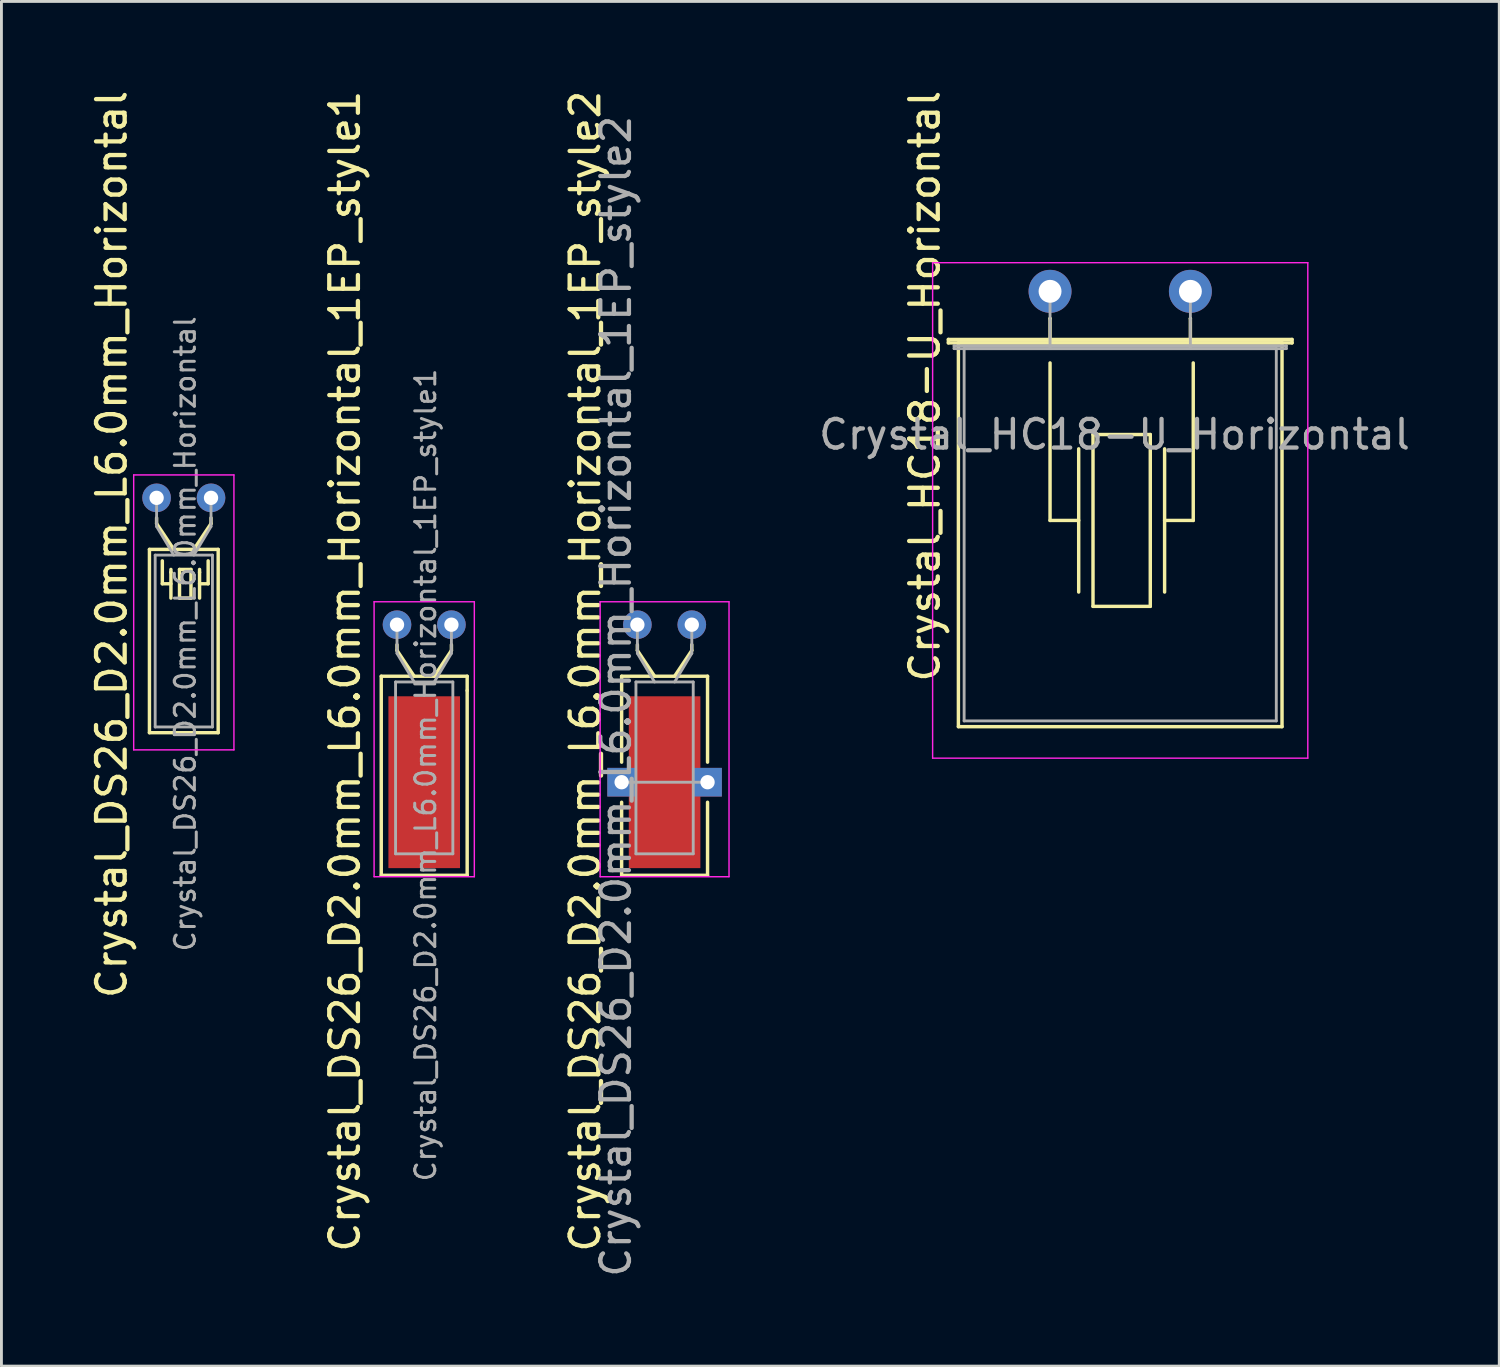
<source format=kicad_pcb>
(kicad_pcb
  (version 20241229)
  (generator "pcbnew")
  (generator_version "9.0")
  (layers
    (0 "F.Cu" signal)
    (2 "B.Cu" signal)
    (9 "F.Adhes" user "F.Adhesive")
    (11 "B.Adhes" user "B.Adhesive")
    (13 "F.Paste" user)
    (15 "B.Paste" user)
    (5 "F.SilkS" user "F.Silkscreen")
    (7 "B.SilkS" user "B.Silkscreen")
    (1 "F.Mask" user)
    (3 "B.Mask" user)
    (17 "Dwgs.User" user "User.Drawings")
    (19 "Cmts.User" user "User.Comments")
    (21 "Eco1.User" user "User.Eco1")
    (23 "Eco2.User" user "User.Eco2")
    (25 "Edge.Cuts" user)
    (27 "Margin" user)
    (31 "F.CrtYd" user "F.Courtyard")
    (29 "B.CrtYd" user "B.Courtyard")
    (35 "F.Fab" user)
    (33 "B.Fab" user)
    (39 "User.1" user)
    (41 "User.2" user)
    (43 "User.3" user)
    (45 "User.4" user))
  (footprint "Crystal_HC18-U_Horizontal"
    (layer "F.Cu")
    (at 33.614 7.122)
    (property "Reference" "Crystal_HC18-U_Horizontal" (at -4.375 3.312 90) (layer "F.SilkS") (effects (font (size 1 1) (thickness 0.15))))
    (attr through_hole)
    (fp_line (start -3.55 1.68) (end 8.45 1.68) (stroke (width 0.12) (type solid)) (layer "F.SilkS"))
    (fp_line (start -3.55 1.8) (end -3.55 1.68) (stroke (width 0.12) (type solid)) (layer "F.SilkS"))
    (fp_line (start -3.2 1.8) (end -3.2 15.2) (stroke (width 0.12) (type solid)) (layer "F.SilkS"))
    (fp_line (start -3.2 15.2) (end 8.1 15.2) (stroke (width 0.12) (type solid)) (layer "F.SilkS"))
    (fp_line (start 0 0.95) (end 0 0.95) (stroke (width 0.12) (type solid)) (layer "F.SilkS"))
    (fp_line (start 0 1.8) (end 0 0.95) (stroke (width 0.12) (type solid)) (layer "F.SilkS"))
    (fp_line (start 0 8) (end 0 2.5) (stroke (width 0.12) (type solid)) (layer "F.SilkS"))
    (fp_line (start 1 5.5) (end 1 10.5) (stroke (width 0.12) (type solid)) (layer "F.SilkS"))
    (fp_line (start 1 8) (end 0 8) (stroke (width 0.12) (type solid)) (layer "F.SilkS"))
    (fp_line (start 1.5 5) (end 1.5 11) (stroke (width 0.12) (type solid)) (layer "F.SilkS"))
    (fp_line (start 1.5 11) (end 3.5 11) (stroke (width 0.12) (type solid)) (layer "F.SilkS"))
    (fp_line (start 3.5 5) (end 1.5 5) (stroke (width 0.12) (type solid)) (layer "F.SilkS"))
    (fp_line (start 3.5 11) (end 3.5 5) (stroke (width 0.12) (type solid)) (layer "F.SilkS"))
    (fp_line (start 4 5.5) (end 4 10.5) (stroke (width 0.12) (type solid)) (layer "F.SilkS"))
    (fp_line (start 4 8) (end 5 8) (stroke (width 0.12) (type solid)) (layer "F.SilkS"))
    (fp_line (start 4.9 0.95) (end 4.9 0.95) (stroke (width 0.12) (type solid)) (layer "F.SilkS"))
    (fp_line (start 4.9 1.8) (end 4.9 0.95) (stroke (width 0.12) (type solid)) (layer "F.SilkS"))
    (fp_line (start 5 8) (end 5 2.5) (stroke (width 0.12) (type solid)) (layer "F.SilkS"))
    (fp_line (start 8.1 1.8) (end -3.2 1.8) (stroke (width 0.12) (type solid)) (layer "F.SilkS"))
    (fp_line (start 8.1 15.2) (end 8.1 1.8) (stroke (width 0.12) (type solid)) (layer "F.SilkS"))
    (fp_line (start 8.45 1.68) (end 8.45 1.8) (stroke (width 0.12) (type solid)) (layer "F.SilkS"))
    (fp_line (start 8.45 1.8) (end -3.55 1.8) (stroke (width 0.12) (type solid)) (layer "F.SilkS"))
    (fp_line (start -4.1 -1) (end -4.1 16.3) (stroke (width 0.05) (type solid)) (layer "F.CrtYd"))
    (fp_line (start -4.1 16.3) (end 9 16.3) (stroke (width 0.05) (type solid)) (layer "F.CrtYd"))
    (fp_line (start 9 -1) (end -4.1 -1) (stroke (width 0.05) (type solid)) (layer "F.CrtYd"))
    (fp_line (start 9 16.3) (end 9 -1) (stroke (width 0.05) (type solid)) (layer "F.CrtYd"))
    (fp_line (start -3.35 1.9) (end 8.25 1.9) (stroke (width 0.1) (type solid)) (layer "F.Fab"))
    (fp_line (start -3.35 2) (end -3.35 1.9) (stroke (width 0.1) (type solid)) (layer "F.Fab"))
    (fp_line (start -3 2) (end -3 15) (stroke (width 0.1) (type solid)) (layer "F.Fab"))
    (fp_line (start -3 15) (end 7.9 15) (stroke (width 0.1) (type solid)) (layer "F.Fab"))
    (fp_line (start 0 1) (end 0 0) (stroke (width 0.1) (type solid)) (layer "F.Fab"))
    (fp_line (start 0 2) (end 0 1) (stroke (width 0.1) (type solid)) (layer "F.Fab"))
    (fp_line (start 4.9 1) (end 4.9 0) (stroke (width 0.1) (type solid)) (layer "F.Fab"))
    (fp_line (start 4.9 2) (end 4.9 1) (stroke (width 0.1) (type solid)) (layer "F.Fab"))
    (fp_line (start 7.9 2) (end -3 2) (stroke (width 0.1) (type solid)) (layer "F.Fab"))
    (fp_line (start 7.9 15) (end 7.9 2) (stroke (width 0.1) (type solid)) (layer "F.Fab"))
    (fp_line (start 8.25 1.9) (end 8.25 2) (stroke (width 0.1) (type solid)) (layer "F.Fab"))
    (fp_line (start 8.25 2) (end -3.35 2) (stroke (width 0.1) (type solid)) (layer "F.Fab"))
    (fp_text user "${REFERENCE}" (at 2.25 5 0) (layer "F.Fab") (effects (font (size 1 1) (thickness 0.15))))
    (pad "1" thru_hole circle (at 0 0) (size 1.5 1.5) (drill 0.8) (layers "*.Cu" "*.Mask"))
    (pad "2" thru_hole circle (at 4.9 0) (size 1.5 1.5) (drill 0.8) (layers "*.Cu" "*.Mask")))
  (footprint "Crystal_DS26_D2.0mm_L6.0mm_Horizontal_1EP_style2"
    (layer "F.Cu")
    (at 19.205 18.762)
    (property "Reference" "Crystal_DS26_D2.0mm_L6.0mm_Horizontal_1EP_style2" (at -1.82 1.625 90) (layer "F.SilkS") (effects (font (size 1 1) (thickness 0.15))))
    (attr through_hole)
    (fp_line (start -0.55 1.8) (end 2.45 1.8) (stroke (width 0.12) (type solid)) (layer "F.SilkS"))
    (fp_line (start -0.55 4.8) (end -0.55 1.8) (stroke (width 0.12) (type solid)) (layer "F.SilkS"))
    (fp_line (start -0.55 6.2) (end -0.55 8.75) (stroke (width 0.12) (type solid)) (layer "F.SilkS"))
    (fp_line (start -0.55 8.75) (end 2.45 8.75) (stroke (width 0.12) (type solid)) (layer "F.SilkS"))
    (fp_line (start 0 0.9) (end 0 0.7) (stroke (width 0.12) (type solid)) (layer "F.SilkS"))
    (fp_line (start 0.6 1.8) (end 0 0.9) (stroke (width 0.12) (type solid)) (layer "F.SilkS"))
    (fp_line (start 1.3 1.8) (end 1.9 0.9) (stroke (width 0.12) (type solid)) (layer "F.SilkS"))
    (fp_line (start 1.9 0.9) (end 1.9 0.7) (stroke (width 0.12) (type solid)) (layer "F.SilkS"))
    (fp_line (start 2.45 1.8) (end 2.45 4.8) (stroke (width 0.12) (type solid)) (layer "F.SilkS"))
    (fp_line (start 2.45 8.75) (end 2.45 6.2) (stroke (width 0.12) (type solid)) (layer "F.SilkS"))
    (fp_line (start -1.3 -0.8) (end -1.3 8.8) (stroke (width 0.05) (type solid)) (layer "F.CrtYd"))
    (fp_line (start -1.3 8.8) (end 3.2 8.8) (stroke (width 0.05) (type solid)) (layer "F.CrtYd"))
    (fp_line (start 3.2 -0.8) (end -1.3 -0.8) (stroke (width 0.05) (type solid)) (layer "F.CrtYd"))
    (fp_line (start 3.2 8.8) (end 3.2 -0.8) (stroke (width 0.05) (type solid)) (layer "F.CrtYd"))
    (fp_line (start -0.55 5.5) (end 2.45 5.5) (stroke (width 0.1) (type solid)) (layer "F.Fab"))
    (fp_line (start -0.05 2) (end -0.05 8) (stroke (width 0.1) (type solid)) (layer "F.Fab"))
    (fp_line (start -0.05 8) (end 1.95 8) (stroke (width 0.1) (type solid)) (layer "F.Fab"))
    (fp_line (start 0 1) (end 0 0) (stroke (width 0.1) (type solid)) (layer "F.Fab"))
    (fp_line (start 0.6 2) (end 0 1) (stroke (width 0.1) (type solid)) (layer "F.Fab"))
    (fp_line (start 1.3 2) (end 1.9 1) (stroke (width 0.1) (type solid)) (layer "F.Fab"))
    (fp_line (start 1.9 1) (end 1.9 0) (stroke (width 0.1) (type solid)) (layer "F.Fab"))
    (fp_line (start 1.95 2) (end -0.05 2) (stroke (width 0.1) (type solid)) (layer "F.Fab"))
    (fp_line (start 1.95 8) (end 1.95 2) (stroke (width 0.1) (type solid)) (layer "F.Fab"))
    (fp_text user "${REFERENCE}" (at -0.75 2.5 90) (layer "F.Fab") (effects (font (size 1 1) (thickness 0.15))))
    (pad "1" thru_hole circle (at 0 0) (size 1 1) (drill 0.5) (layers "*.Cu" "*.Mask"))
    (pad "2" thru_hole circle (at 1.9 0) (size 1 1) (drill 0.5) (layers "*.Cu" "*.Mask"))
    (pad "3" thru_hole rect (at -0.55 5.5) (size 1 1) (drill 0.5) (layers "*.Cu" "*.Mask"))
    (pad "3" smd rect (at 0.95 5.5) (size 2.5 6) (layers "F.Cu" "F.Mask" "F.Paste"))
    (pad "3" thru_hole rect (at 2.45 5.5) (size 1 1) (drill 0.5) (layers "*.Cu" "*.Mask")))
  (footprint "Crystal_DS26_D2.0mm_L6.0mm_Horizontal"
    (layer "F.Cu")
    (at 2.418 14.333)
    (property "Reference" "Crystal_DS26_D2.0mm_L6.0mm_Horizontal" (at -1.57 1.625 90) (layer "F.SilkS") (effects (font (size 1 1) (thickness 0.15))))
    (attr through_hole)
    (fp_line (start -0.25 1.8) (end -0.25 8.2) (stroke (width 0.12) (type solid)) (layer "F.SilkS"))
    (fp_line (start -0.25 8.2) (end 2.15 8.2) (stroke (width 0.12) (type solid)) (layer "F.SilkS"))
    (fp_line (start 0 0.9) (end 0 0.7) (stroke (width 0.12) (type solid)) (layer "F.SilkS"))
    (fp_line (start 0.2 3) (end 0.2 2.2) (stroke (width 0.12) (type solid)) (layer "F.SilkS"))
    (fp_line (start 0.5 2.6) (end 0.5 2.5) (stroke (width 0.12) (type solid)) (layer "F.SilkS"))
    (fp_line (start 0.5 3) (end 0.2 3) (stroke (width 0.12) (type solid)) (layer "F.SilkS"))
    (fp_line (start 0.5 3.5) (end 0.5 2.6) (stroke (width 0.12) (type solid)) (layer "F.SilkS"))
    (fp_line (start 0.6 1.8) (end 0 0.9) (stroke (width 0.12) (type solid)) (layer "F.SilkS"))
    (fp_line (start 0.8 2.5) (end 0.8 3.5) (stroke (width 0.12) (type solid)) (layer "F.SilkS"))
    (fp_line (start 0.8 3.5) (end 1.2 3.5) (stroke (width 0.12) (type solid)) (layer "F.SilkS"))
    (fp_line (start 1.2 2.5) (end 0.8 2.5) (stroke (width 0.12) (type solid)) (layer "F.SilkS"))
    (fp_line (start 1.2 3.5) (end 1.2 2.5) (stroke (width 0.12) (type solid)) (layer "F.SilkS"))
    (fp_line (start 1.3 1.8) (end 1.9 0.9) (stroke (width 0.12) (type solid)) (layer "F.SilkS"))
    (fp_line (start 1.5 2.6) (end 1.5 2.5) (stroke (width 0.12) (type solid)) (layer "F.SilkS"))
    (fp_line (start 1.5 3) (end 1.8 3) (stroke (width 0.12) (type solid)) (layer "F.SilkS"))
    (fp_line (start 1.5 3.5) (end 1.5 2.6) (stroke (width 0.12) (type solid)) (layer "F.SilkS"))
    (fp_line (start 1.8 3) (end 1.8 2.2) (stroke (width 0.12) (type solid)) (layer "F.SilkS"))
    (fp_line (start 1.9 0.9) (end 1.9 0.7) (stroke (width 0.12) (type solid)) (layer "F.SilkS"))
    (fp_line (start 2.15 1.8) (end -0.25 1.8) (stroke (width 0.12) (type solid)) (layer "F.SilkS"))
    (fp_line (start 2.15 8.2) (end 2.15 1.8) (stroke (width 0.12) (type solid)) (layer "F.SilkS"))
    (fp_line (start -0.8 -0.8) (end -0.8 8.8) (stroke (width 0.05) (type solid)) (layer "F.CrtYd"))
    (fp_line (start -0.8 8.8) (end 2.7 8.8) (stroke (width 0.05) (type solid)) (layer "F.CrtYd"))
    (fp_line (start 2.7 -0.8) (end -0.8 -0.8) (stroke (width 0.05) (type solid)) (layer "F.CrtYd"))
    (fp_line (start 2.7 8.8) (end 2.7 -0.8) (stroke (width 0.05) (type solid)) (layer "F.CrtYd"))
    (fp_line (start -0.05 2) (end -0.05 8) (stroke (width 0.1) (type solid)) (layer "F.Fab"))
    (fp_line (start -0.05 8) (end 1.95 8) (stroke (width 0.1) (type solid)) (layer "F.Fab"))
    (fp_line (start 0 1) (end 0 0) (stroke (width 0.1) (type solid)) (layer "F.Fab"))
    (fp_line (start 0.6 2) (end 0 1) (stroke (width 0.1) (type solid)) (layer "F.Fab"))
    (fp_line (start 1.3 2) (end 1.9 1) (stroke (width 0.1) (type solid)) (layer "F.Fab"))
    (fp_line (start 1.9 1) (end 1.9 0) (stroke (width 0.1) (type solid)) (layer "F.Fab"))
    (fp_line (start 1.95 2) (end -0.05 2) (stroke (width 0.1) (type solid)) (layer "F.Fab"))
    (fp_line (start 1.95 8) (end 1.95 2) (stroke (width 0.1) (type solid)) (layer "F.Fab"))
    (fp_text user "${REFERENCE}" (at 1 4.75 90) (layer "F.Fab") (effects (font (size 0.7 0.7) (thickness 0.105))))
    (pad "1" thru_hole circle (at 0 0) (size 1 1) (drill 0.5) (layers "*.Cu" "*.Mask"))
    (pad "2" thru_hole circle (at 1.9 0) (size 1 1) (drill 0.5) (layers "*.Cu" "*.Mask")))
  (footprint "Crystal_DS26_D2.0mm_L6.0mm_Horizontal_1EP_style1"
    (layer "F.Cu")
    (at 10.812 18.762)
    (property "Reference" "Crystal_DS26_D2.0mm_L6.0mm_Horizontal_1EP_style1" (at -1.82 1.625 90) (layer "F.SilkS") (effects (font (size 1 1) (thickness 0.15))))
    (attr through_hole)
    (fp_line (start -0.55 1.8) (end 2.45 1.8) (stroke (width 0.12) (type solid)) (layer "F.SilkS"))
    (fp_line (start -0.55 8.75) (end -0.55 1.8) (stroke (width 0.12) (type solid)) (layer "F.SilkS"))
    (fp_line (start -0.55 8.75) (end 2.45 8.75) (stroke (width 0.12) (type solid)) (layer "F.SilkS"))
    (fp_line (start 0 0.9) (end 0 0.7) (stroke (width 0.12) (type solid)) (layer "F.SilkS"))
    (fp_line (start 0.6 1.8) (end 0 0.9) (stroke (width 0.12) (type solid)) (layer "F.SilkS"))
    (fp_line (start 1.3 1.8) (end 1.9 0.9) (stroke (width 0.12) (type solid)) (layer "F.SilkS"))
    (fp_line (start 1.9 0.9) (end 1.9 0.7) (stroke (width 0.12) (type solid)) (layer "F.SilkS"))
    (fp_line (start 2.45 1.8) (end 2.45 2.3) (stroke (width 0.12) (type solid)) (layer "F.SilkS"))
    (fp_line (start 2.45 8.75) (end 2.45 2.3) (stroke (width 0.12) (type solid)) (layer "F.SilkS"))
    (fp_line (start -0.8 -0.8) (end -0.8 8.8) (stroke (width 0.05) (type solid)) (layer "F.CrtYd"))
    (fp_line (start -0.8 8.8) (end 2.7 8.8) (stroke (width 0.05) (type solid)) (layer "F.CrtYd"))
    (fp_line (start 2.7 -0.8) (end -0.8 -0.8) (stroke (width 0.05) (type solid)) (layer "F.CrtYd"))
    (fp_line (start 2.7 8.8) (end 2.7 -0.8) (stroke (width 0.05) (type solid)) (layer "F.CrtYd"))
    (fp_line (start -0.05 2) (end -0.05 8) (stroke (width 0.1) (type solid)) (layer "F.Fab"))
    (fp_line (start -0.05 8) (end 1.95 8) (stroke (width 0.1) (type solid)) (layer "F.Fab"))
    (fp_line (start 0 1) (end 0 0) (stroke (width 0.1) (type solid)) (layer "F.Fab"))
    (fp_line (start 0.6 2) (end 0 1) (stroke (width 0.1) (type solid)) (layer "F.Fab"))
    (fp_line (start 1.3 2) (end 1.9 1) (stroke (width 0.1) (type solid)) (layer "F.Fab"))
    (fp_line (start 1.9 1) (end 1.9 0) (stroke (width 0.1) (type solid)) (layer "F.Fab"))
    (fp_line (start 1.95 2) (end -0.05 2) (stroke (width 0.1) (type solid)) (layer "F.Fab"))
    (fp_line (start 1.95 8) (end 1.95 2) (stroke (width 0.1) (type solid)) (layer "F.Fab"))
    (fp_text user "${REFERENCE}" (at 1 5.25 90) (layer "F.Fab") (effects (font (size 0.7 0.7) (thickness 0.105))))
    (pad "1" thru_hole circle (at 0 0) (size 1 1) (drill 0.5) (layers "*.Cu" "*.Mask"))
    (pad "2" thru_hole circle (at 1.9 0) (size 1 1) (drill 0.5) (layers "*.Cu" "*.Mask"))
    (pad "3" smd rect (at 0.95 5.5) (size 2.5 6) (layers "F.Cu" "F.Mask" "F.Paste")))
  (gr_rect
    (start -3 -3)
    (end 49.299 44.649)
    (stroke (width 0.1) (type default))
    (fill no)
    (layer "Edge.Cuts")))
</source>
